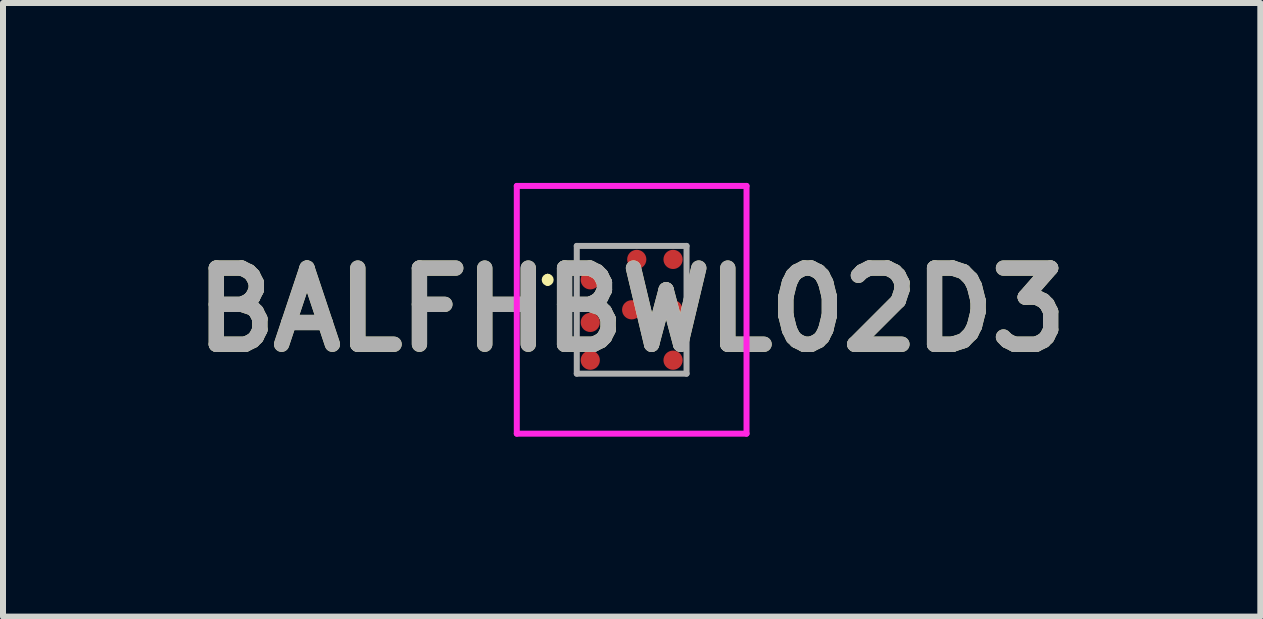
<source format=kicad_pcb>
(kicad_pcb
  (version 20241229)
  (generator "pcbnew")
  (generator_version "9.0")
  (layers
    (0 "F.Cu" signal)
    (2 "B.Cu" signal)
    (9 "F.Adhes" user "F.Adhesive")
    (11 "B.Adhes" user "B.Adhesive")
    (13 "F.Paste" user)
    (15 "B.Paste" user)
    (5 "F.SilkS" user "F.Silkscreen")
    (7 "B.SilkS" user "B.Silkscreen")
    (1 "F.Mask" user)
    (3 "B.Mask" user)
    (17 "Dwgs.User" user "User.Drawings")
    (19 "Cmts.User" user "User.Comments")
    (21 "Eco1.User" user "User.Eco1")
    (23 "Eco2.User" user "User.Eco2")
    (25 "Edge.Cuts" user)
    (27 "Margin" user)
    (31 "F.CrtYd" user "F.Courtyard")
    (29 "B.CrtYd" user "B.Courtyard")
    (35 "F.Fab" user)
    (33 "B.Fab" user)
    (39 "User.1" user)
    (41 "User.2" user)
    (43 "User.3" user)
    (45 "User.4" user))
  (footprint "BALFHBWL02D3"
    (layer "F.Cu")
    (at 7.481 1.615)
    (property "Reference" "BALFHBWL02D3" (at 0 0.5 0) (layer "F.SilkS") (effects (font (size 1.27 1.27) (thickness 0.254))))
    (attr smd)
    (fp_line (start -1.4 -0.05) (end -1.4 -0.05) (stroke (width 0.1) (type solid)) (layer "F.SilkS"))
    (fp_line (start -1.4 0.05) (end -1.4 0.05) (stroke (width 0.1) (type solid)) (layer "F.SilkS"))
    (fp_arc (start -1.4 -0.05) (mid -1.35 0) (end -1.4 0.05) (stroke (width 0.1) (type solid)) (layer "F.SilkS"))
    (fp_arc (start -1.4 0.05) (mid -1.45 0) (end -1.4 -0.05) (stroke (width 0.1) (type solid)) (layer "F.SilkS"))
    (fp_line (start -1.915 -1.565) (end -1.915 2.565) (stroke (width 0.1) (type solid)) (layer "F.CrtYd"))
    (fp_line (start -1.915 2.565) (end 1.915 2.565) (stroke (width 0.1) (type solid)) (layer "F.CrtYd"))
    (fp_line (start 1.915 -1.565) (end -1.915 -1.565) (stroke (width 0.1) (type solid)) (layer "F.CrtYd"))
    (fp_line (start 1.915 2.565) (end 1.915 -1.565) (stroke (width 0.1) (type solid)) (layer "F.CrtYd"))
    (fp_line (start -0.915 -0.565) (end -0.915 1.565) (stroke (width 0.1) (type solid)) (layer "F.Fab"))
    (fp_line (start -0.915 1.565) (end 0.915 1.565) (stroke (width 0.1) (type solid)) (layer "F.Fab"))
    (fp_line (start 0.915 -0.565) (end -0.915 -0.565) (stroke (width 0.1) (type solid)) (layer "F.Fab"))
    (fp_line (start 0.915 1.565) (end 0.915 -0.565) (stroke (width 0.1) (type solid)) (layer "F.Fab"))
    (fp_text user "${REFERENCE}" (at 0 0.5 0) (layer "F.Fab") (effects (font (size 1.27 1.27) (thickness 0.254))))
    (pad "A1" smd circle (at -0.69 0 90) (size 0.32 0.32) (layers "F.Cu" "F.Mask" "F.Paste"))
    (pad "A2" smd circle (at -0.69 0.71 90) (size 0.32 0.32) (layers "F.Cu" "F.Mask" "F.Paste"))
    (pad "A3" smd circle (at -0.69 1.34 90) (size 0.32 0.32) (layers "F.Cu" "F.Mask" "F.Paste"))
    (pad "B1" smd circle (at 0.085 -0.34 90) (size 0.32 0.32) (layers "F.Cu" "F.Mask" "F.Paste"))
    (pad "B2" smd circle (at 0 0.5 90) (size 0.32 0.32) (layers "F.Cu" "F.Mask" "F.Paste"))
    (pad "C1" smd circle (at 0.69 -0.34 90) (size 0.32 0.32) (layers "F.Cu" "F.Mask" "F.Paste"))
    (pad "C2" smd circle (at 0.69 0.5 90) (size 0.32 0.32) (layers "F.Cu" "F.Mask" "F.Paste"))
    (pad "C3" smd circle (at 0.69 1.34 90) (size 0.32 0.32) (layers "F.Cu" "F.Mask" "F.Paste")))
  (gr_rect
    (start -3 -3)
    (end 17.962 7.23)
    (stroke (width 0.1) (type default))
    (fill no)
    (layer "Edge.Cuts")))
</source>
